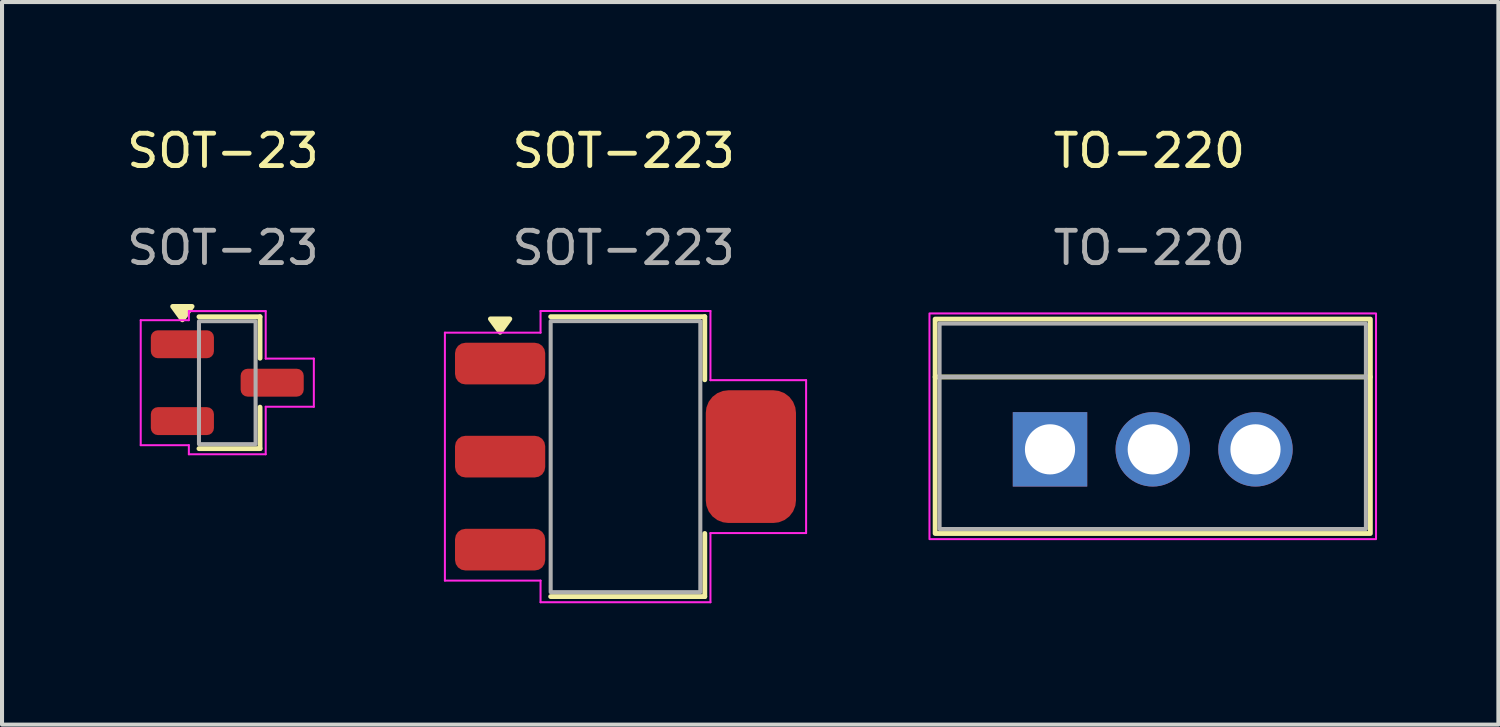
<source format=kicad_pcb>
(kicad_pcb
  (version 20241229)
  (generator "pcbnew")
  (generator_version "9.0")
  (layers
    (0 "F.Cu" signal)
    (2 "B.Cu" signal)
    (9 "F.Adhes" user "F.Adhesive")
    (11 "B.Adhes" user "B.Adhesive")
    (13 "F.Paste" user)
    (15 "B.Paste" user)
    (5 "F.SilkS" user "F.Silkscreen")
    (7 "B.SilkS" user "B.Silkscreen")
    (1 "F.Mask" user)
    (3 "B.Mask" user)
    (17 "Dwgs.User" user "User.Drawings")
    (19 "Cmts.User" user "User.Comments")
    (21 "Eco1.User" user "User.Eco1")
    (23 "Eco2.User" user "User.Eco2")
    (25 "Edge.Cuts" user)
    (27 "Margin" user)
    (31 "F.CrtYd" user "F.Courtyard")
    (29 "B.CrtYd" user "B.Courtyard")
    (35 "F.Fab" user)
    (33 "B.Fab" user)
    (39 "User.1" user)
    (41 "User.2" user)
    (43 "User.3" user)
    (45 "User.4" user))
  (footprint "SOT-23"
    (layer "F.Cu")
    (at 2.569 6.411)
    (property "Reference" "SOT-23" (at -0.107 -5.732 0) (unlocked yes) (layer "F.SilkS") (effects (font (size 0.8 0.8) (thickness 0.12))))
    (attr smd)
    (fp_line (start -0.7 -1.63) (end 0.81 -1.63) (stroke (width 0.12) (type default)) (layer "F.SilkS"))
    (fp_line (start -0.7 1.63) (end 0.81 1.63) (stroke (width 0.12) (type default)) (layer "F.SilkS"))
    (fp_line (start 0.81 -1.63) (end 0.81 -0.605) (stroke (width 0.12) (type default)) (layer "F.SilkS"))
    (fp_line (start 0.81 1.63) (end 0.81 0.605) (stroke (width 0.12) (type default)) (layer "F.SilkS"))
    (fp_poly (pts (xy -1.11 -1.555) (xy -0.87 -1.885) (xy -1.35 -1.885)) (stroke (width 0.12) (type solid)) (fill yes) (layer "F.SilkS"))
    (fp_line (start -2.14 -1.545) (end -2.14 1.545) (stroke (width 0.05) (type default)) (layer "F.CrtYd"))
    (fp_line (start -2.14 -1.545) (end -0.95 -1.545) (stroke (width 0.05) (type default)) (layer "F.CrtYd"))
    (fp_line (start -2.14 1.545) (end -0.95 1.545) (stroke (width 0.05) (type default)) (layer "F.CrtYd"))
    (fp_line (start -0.95 -1.545) (end -0.95 -1.77) (stroke (width 0.05) (type default)) (layer "F.CrtYd"))
    (fp_line (start -0.95 1.545) (end -0.95 1.77) (stroke (width 0.05) (type default)) (layer "F.CrtYd"))
    (fp_line (start -0.95 1.77) (end 0.95 1.77) (stroke (width 0.05) (type default)) (layer "F.CrtYd"))
    (fp_line (start 0.95 -1.77) (end -0.95 -1.77) (stroke (width 0.05) (type default)) (layer "F.CrtYd"))
    (fp_line (start 0.95 -0.595) (end 0.95 -1.77) (stroke (width 0.05) (type default)) (layer "F.CrtYd"))
    (fp_line (start 0.95 0.595) (end 0.95 1.77) (stroke (width 0.05) (type default)) (layer "F.CrtYd"))
    (fp_line (start 2.14 -0.595) (end 0.95 -0.595) (stroke (width 0.05) (type default)) (layer "F.CrtYd"))
    (fp_line (start 2.14 -0.595) (end 2.14 0.595) (stroke (width 0.05) (type default)) (layer "F.CrtYd"))
    (fp_line (start 2.14 0.595) (end 0.95 0.595) (stroke (width 0.05) (type default)) (layer "F.CrtYd"))
    (fp_rect (start -0.7 -1.52) (end 0.7 1.52) (stroke (width 0.1) (type default)) (fill no) (layer "F.Fab"))
    (fp_text user "${REFERENCE}" (at -0.107 -3.333 0) (unlocked yes) (layer "F.Fab") (effects (font (size 0.8 0.8) (thickness 0.12))))
    (pad "1" smd roundrect (at -1.11 -0.95) (size 1.56 0.69) (layers "F.Cu" "F.Mask" "F.Paste") (roundrect_rratio 0.25))
    (pad "2" smd roundrect (at -1.11 0.95) (size 1.56 0.69) (layers "F.Cu" "F.Mask" "F.Paste") (roundrect_rratio 0.25))
    (pad "3" smd roundrect (at 1.11 0) (size 1.56 0.69) (layers "F.Cu" "F.Mask" "F.Paste") (roundrect_rratio 0.25)))
  (footprint "TO-220"
    (layer "F.Cu")
    (at 25.449 8.059)
    (property "Reference" "TO-220" (at -0.085 -7.38 0) (unlocked yes) (layer "F.SilkS") (effects (font (size 0.8 0.8) (thickness 0.12))))
    (attr through_hole)
    (fp_line (start 5.38 -1.79) (end -5.38 -1.79) (stroke (width 0.12) (type default)) (layer "F.SilkS"))
    (fp_rect (start -5.38 -3.22) (end 5.38 2.08) (stroke (width 0.12) (type default)) (fill no) (layer "F.SilkS"))
    (fp_rect (start -5.52 -3.36) (end 5.52 2.22) (stroke (width 0.05) (type default)) (fill no) (layer "F.CrtYd"))
    (fp_line (start 5.27 -1.79) (end -5.27 -1.79) (stroke (width 0.1) (type default)) (layer "F.Fab"))
    (fp_rect (start -5.27 -3.11) (end 5.27 1.97) (stroke (width 0.1) (type default)) (fill no) (layer "F.Fab"))
    (fp_text user "${REFERENCE}" (at -0.085 -4.98 0) (unlocked yes) (layer "F.Fab") (effects (font (size 0.8 0.8) (thickness 0.12))))
    (pad "1" thru_hole rect (at -2.54 0) (size 1.84 1.84) (drill 1.24) (layers "*.Cu" "*.Mask"))
    (pad "2" thru_hole circle (at 0 0) (size 1.84 1.84) (drill 1.24) (layers "*.Cu" "*.Mask"))
    (pad "3" thru_hole circle (at 2.54 0) (size 1.84 1.84) (drill 1.24) (layers "*.Cu" "*.Mask")))
  (footprint "SOT-223"
    (layer "F.Cu")
    (at 12.414 8.239)
    (property "Reference" "SOT-223" (at -0.045 -7.56 0) (unlocked yes) (layer "F.SilkS") (effects (font (size 0.8 0.8) (thickness 0.12))))
    (attr smd)
    (fp_line (start -1.85 -3.46) (end 1.96 -3.46) (stroke (width 0.12) (type default)) (layer "F.SilkS"))
    (fp_line (start -1.85 3.46) (end 1.96 3.46) (stroke (width 0.12) (type default)) (layer "F.SilkS"))
    (fp_line (start 1.96 -3.46) (end 1.96 -1.9) (stroke (width 0.12) (type default)) (layer "F.SilkS"))
    (fp_line (start 1.96 3.46) (end 1.96 1.9) (stroke (width 0.12) (type default)) (layer "F.SilkS"))
    (fp_poly (pts (xy -3.1 -3.075) (xy -2.86 -3.405) (xy -3.34 -3.405)) (stroke (width 0.12) (type solid)) (fill yes) (layer "F.SilkS"))
    (fp_line (start -4.465 -3.065) (end -4.465 3.065) (stroke (width 0.05) (type default)) (layer "F.CrtYd"))
    (fp_line (start -2.1 -3.6) (end -2.1 -3.065) (stroke (width 0.05) (type default)) (layer "F.CrtYd"))
    (fp_line (start -2.1 -3.6) (end 2.1 -3.6) (stroke (width 0.05) (type default)) (layer "F.CrtYd"))
    (fp_line (start -2.1 -3.065) (end -4.465 -3.065) (stroke (width 0.05) (type default)) (layer "F.CrtYd"))
    (fp_line (start -2.1 3.065) (end -4.465 3.065) (stroke (width 0.05) (type default)) (layer "F.CrtYd"))
    (fp_line (start -2.1 3.6) (end -2.1 3.065) (stroke (width 0.05) (type default)) (layer "F.CrtYd"))
    (fp_line (start -2.1 3.6) (end 2.1 3.6) (stroke (width 0.05) (type default)) (layer "F.CrtYd"))
    (fp_line (start 2.1 -3.6) (end 2.1 -1.89) (stroke (width 0.05) (type default)) (layer "F.CrtYd"))
    (fp_line (start 2.1 -1.89) (end 4.465 -1.89) (stroke (width 0.05) (type default)) (layer "F.CrtYd"))
    (fp_line (start 2.1 1.89) (end 4.465 1.89) (stroke (width 0.05) (type default)) (layer "F.CrtYd"))
    (fp_line (start 2.1 3.6) (end 2.1 1.89) (stroke (width 0.05) (type default)) (layer "F.CrtYd"))
    (fp_line (start 4.465 -1.89) (end 4.465 1.89) (stroke (width 0.05) (type default)) (layer "F.CrtYd"))
    (fp_rect (start -1.85 -3.35) (end 1.85 3.35) (stroke (width 0.1) (type default)) (fill no) (layer "F.Fab"))
    (fp_text user "${REFERENCE}" (at -0.045 -5.16 0) (unlocked yes) (layer "F.Fab") (effects (font (size 0.8 0.8) (thickness 0.12))))
    (pad "1" smd roundrect (at -3.1 -2.3) (size 2.23 1.03) (layers "F.Cu" "F.Mask" "F.Paste") (roundrect_rratio 0.25))
    (pad "2" smd roundrect (at -3.1 0) (size 2.23 1.03) (layers "F.Cu" "F.Mask" "F.Paste") (roundrect_rratio 0.25))
    (pad "3" smd roundrect (at -3.1 2.3) (size 2.23 1.03) (layers "F.Cu" "F.Mask" "F.Paste") (roundrect_rratio 0.25))
    (pad "4" smd roundrect (at 3.1 0) (size 2.23 3.28) (layers "F.Cu" "F.Mask" "F.Paste") (roundrect_rratio 0.25)))
  (gr_rect
    (start -3 -3)
    (end 33.994 14.864)
    (stroke (width 0.1) (type default))
    (fill no)
    (layer "Edge.Cuts")))
</source>
